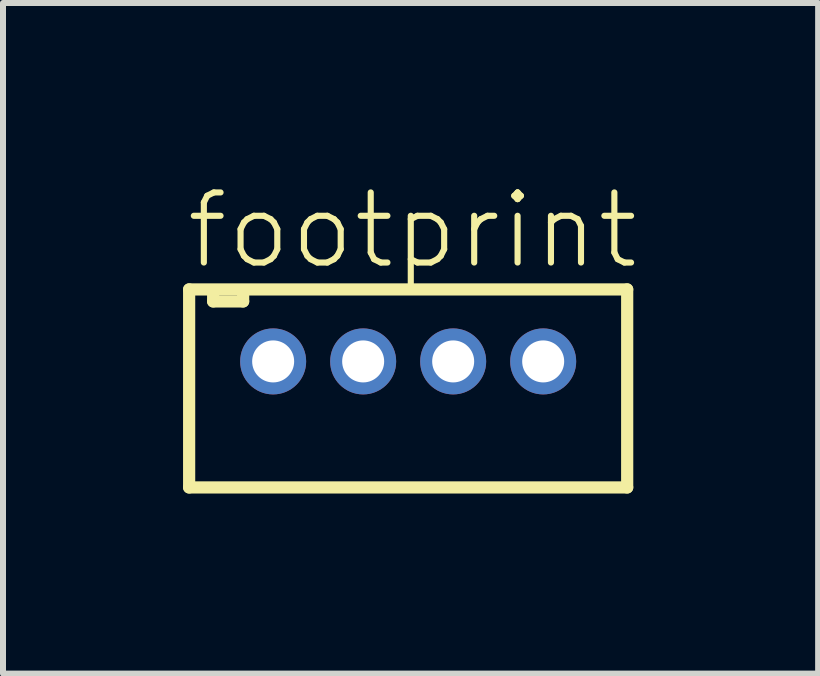
<source format=kicad_pcb>
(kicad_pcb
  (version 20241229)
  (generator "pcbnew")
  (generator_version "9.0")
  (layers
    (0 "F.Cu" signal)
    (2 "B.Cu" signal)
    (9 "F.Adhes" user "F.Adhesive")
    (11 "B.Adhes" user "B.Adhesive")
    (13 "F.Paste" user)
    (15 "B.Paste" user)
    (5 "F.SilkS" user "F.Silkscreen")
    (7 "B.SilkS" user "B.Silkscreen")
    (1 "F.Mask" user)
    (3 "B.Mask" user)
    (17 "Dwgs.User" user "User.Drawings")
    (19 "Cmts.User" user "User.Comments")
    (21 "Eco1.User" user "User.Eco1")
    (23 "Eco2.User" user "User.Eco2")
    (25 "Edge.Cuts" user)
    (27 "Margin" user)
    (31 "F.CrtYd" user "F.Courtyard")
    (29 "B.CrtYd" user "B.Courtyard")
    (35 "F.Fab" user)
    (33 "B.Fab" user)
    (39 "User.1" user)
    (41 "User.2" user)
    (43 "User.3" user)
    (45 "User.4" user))
  (footprint "footprint"
    (layer "F.Cu")
    (at 3.752 2.973)
    (property "Reference" "footprint" (at -3.75 -1.5 0) (layer "F.SilkS") (effects (font (size 1.168 1.168) (thickness 0.102)) (justify left bottom)))
    (fp_line (start -3.65 2.1) (end -3.65 -1.2) (stroke (width 0.203) (type solid)) (layer "F.SilkS"))
    (fp_line (start -3.25 -1) (end -3.25 -1.15) (stroke (width 0.203) (type solid)) (layer "F.SilkS"))
    (fp_line (start -3.25 -1) (end -2.75 -1) (stroke (width 0.203) (type solid)) (layer "F.SilkS"))
    (fp_line (start -2.75 -1) (end -2.75 -1.15) (stroke (width 0.203) (type solid)) (layer "F.SilkS"))
    (fp_line (start 3.65 -1.2) (end -3.65 -1.2) (stroke (width 0.203) (type solid)) (layer "F.SilkS"))
    (fp_line (start 3.65 -1.2) (end 3.65 2.1) (stroke (width 0.203) (type solid)) (layer "F.SilkS"))
    (fp_line (start 3.65 2.1) (end -3.65 2.1) (stroke (width 0.203) (type solid)) (layer "F.SilkS"))
    (pad "1" thru_hole circle (at -2.25 0) (size 1.1 1.1) (drill 0.7) (layers "*.Cu" "*.Mask"))
    (pad "2" thru_hole circle (at -0.75 0) (size 1.1 1.1) (drill 0.7) (layers "*.Cu" "*.Mask"))
    (pad "3" thru_hole circle (at 0.75 0) (size 1.1 1.1) (drill 0.7) (layers "*.Cu" "*.Mask"))
    (pad "4" thru_hole circle (at 2.25 0) (size 1.1 1.1) (drill 0.7) (layers "*.Cu" "*.Mask")))
  (gr_rect
    (start -3 -3)
    (end 10.584 8.175)
    (stroke (width 0.1) (type default))
    (fill no)
    (layer "Edge.Cuts")))
</source>
